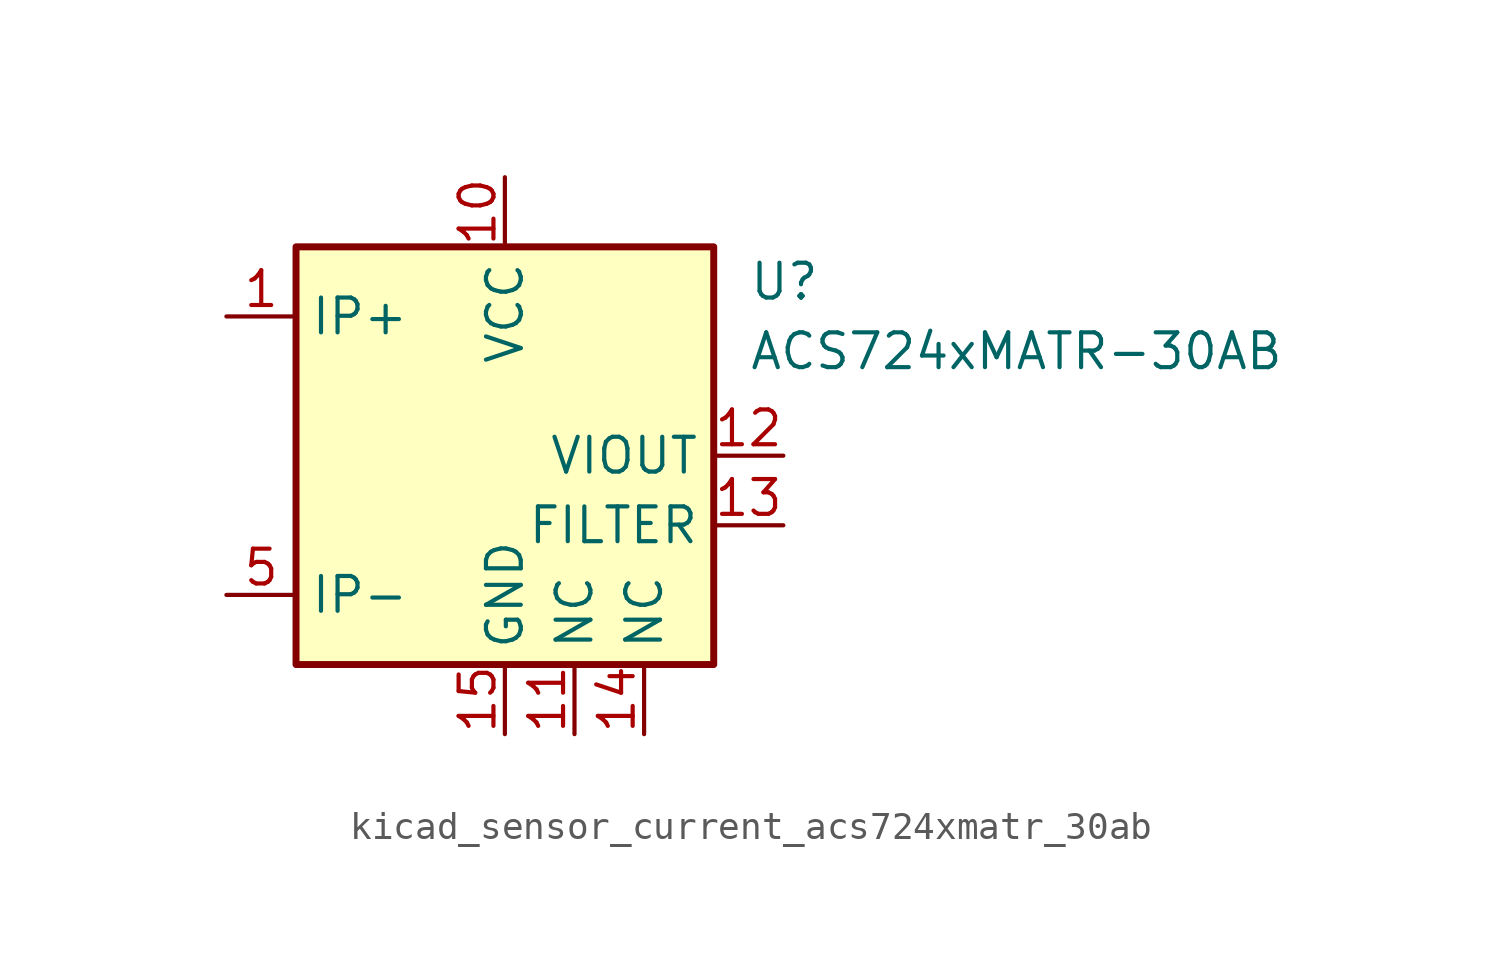
<source format=kicad_sym>
(kicad_symbol_lib
  (version 20220914)
  (generator kicad_symbol_editor)
  (symbol "kicad_sensor_current_acs724xmatr_30ab"
    (property "Reference" "U"
      (at 8.89 6.35 0)
      (effects (font (size 1.27 1.27)) (justify left)))
    (property "Value" "ACS724xMATR-30AB"
      (at 8.89 3.81 0)
      (effects (font (size 1.27 1.27)) (justify left)))
    (symbol "kicad_sensor_current_acs724xmatr_30ab_0_1"
      (rectangle (start -7.62 7.62) (end 7.62 -7.62) (stroke (width 0.254) (type default)) (fill (type background))))
    (symbol "kicad_sensor_current_acs724xmatr_30ab_1_1"
      (pin passive line (at -10.16 5.08 0) (length 2.54) (name "IP+" (effects (font (size 1.27 1.27)))) (number "1" (effects (font (size 1.27 1.27)))))
      (pin power_in line (at 0 10.16 270) (length 2.54) (name "VCC" (effects (font (size 1.27 1.27)))) (number "10" (effects (font (size 1.27 1.27)))))
      (pin passive line (at 2.54 -10.16 90) (length 2.54) (name "NC" (effects (font (size 1.27 1.27)))) (number "11" (effects (font (size 1.27 1.27)))))
      (pin output line (at 10.16 0 180) (length 2.54) (name "VIOUT" (effects (font (size 1.27 1.27)))) (number "12" (effects (font (size 1.27 1.27)))))
      (pin passive line (at 10.16 -2.54 180) (length 2.54) (name "FILTER" (effects (font (size 1.27 1.27)))) (number "13" (effects (font (size 1.27 1.27)))))
      (pin passive line (at 5.08 -10.16 90) (length 2.54) (name "NC" (effects (font (size 1.27 1.27)))) (number "14" (effects (font (size 1.27 1.27)))))
      (pin power_in line (at 0 -10.16 90) (length 2.54) (name "GND" (effects (font (size 1.27 1.27)))) (number "15" (effects (font (size 1.27 1.27)))))
      (pin no_connect line (at 7.62 2.54 180) (length 2.54) hide (name "NC" (effects (font (size 1.27 1.27)))) (number "16" (effects (font (size 1.27 1.27)))))
      (pin passive line (at -10.16 5.08 0) (length 2.54) hide (name "IP+" (effects (font (size 1.27 1.27)))) (number "2" (effects (font (size 1.27 1.27)))))
      (pin passive line (at -10.16 5.08 0) (length 2.54) hide (name "IP+" (effects (font (size 1.27 1.27)))) (number "3" (effects (font (size 1.27 1.27)))))
      (pin passive line (at -10.16 5.08 0) (length 2.54) hide (name "IP+" (effects (font (size 1.27 1.27)))) (number "4" (effects (font (size 1.27 1.27)))))
      (pin passive line (at -10.16 -5.08 0) (length 2.54) (name "IP-" (effects (font (size 1.27 1.27)))) (number "5" (effects (font (size 1.27 1.27)))))
      (pin passive line (at -10.16 -5.08 0) (length 2.54) hide (name "IP-" (effects (font (size 1.27 1.27)))) (number "6" (effects (font (size 1.27 1.27)))))
      (pin passive line (at -10.16 -5.08 0) (length 2.54) hide (name "IP-" (effects (font (size 1.27 1.27)))) (number "7" (effects (font (size 1.27 1.27)))))
      (pin passive line (at -10.16 -5.08 0) (length 2.54) hide (name "IP-" (effects (font (size 1.27 1.27)))) (number "8" (effects (font (size 1.27 1.27)))))
      (pin no_connect line (at 7.62 5.08 180) (length 2.54) hide (name "NC" (effects (font (size 1.27 1.27)))) (number "9" (effects (font (size 1.27 1.27))))))))
</source>
